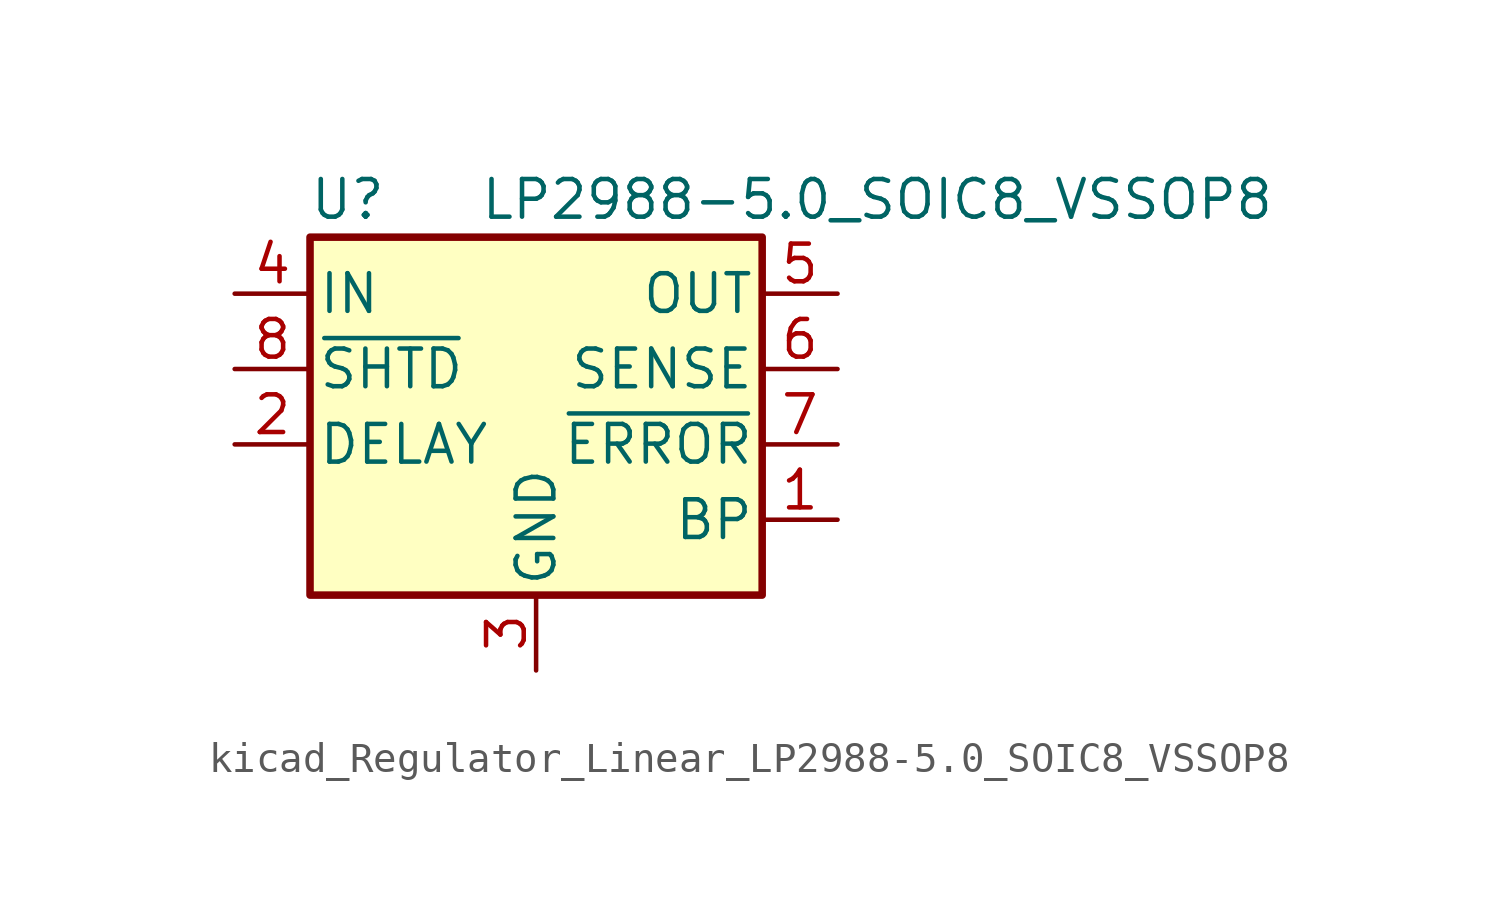
<source format=kicad_sym>
(kicad_symbol_lib
  (version 20220914)
  (generator kicad_symbol_editor)
  (symbol "kicad_Regulator_Linear_LP2988-5.0_SOIC8_VSSOP8"
    (pin_names
      (offset 0.254))
    (property "Reference" "U"
      (at -6.35 5.715 0)
      (effects (font (size 1.27 1.27))))
    (property "Value" "LP2988-5.0_SOIC8_VSSOP8"
      (at -1.905 5.715 0)
      (effects (font (size 1.27 1.27)) (justify left)))
    (symbol "kicad_Regulator_Linear_LP2988-5.0_SOIC8_VSSOP8_0_1"
      (rectangle (start -7.62 4.445) (end 7.62 -7.62) (stroke (width 0.254) (type default)) (fill (type background))))
    (symbol "kicad_Regulator_Linear_LP2988-5.0_SOIC8_VSSOP8_1_1"
      (pin passive line (at 10.16 -5.08 180) (length 2.54) (name "BP" (effects (font (size 1.27 1.27)))) (number "1" (effects (font (size 1.27 1.27)))))
      (pin passive line (at -10.16 -2.54 0) (length 2.54) (name "DELAY" (effects (font (size 1.27 1.27)))) (number "2" (effects (font (size 1.27 1.27)))))
      (pin power_in line (at 0 -10.16 90) (length 2.54) (name "GND" (effects (font (size 1.27 1.27)))) (number "3" (effects (font (size 1.27 1.27)))))
      (pin power_in line (at -10.16 2.54 0) (length 2.54) (name "IN" (effects (font (size 1.27 1.27)))) (number "4" (effects (font (size 1.27 1.27)))))
      (pin power_out line (at 10.16 2.54 180) (length 2.54) (name "OUT" (effects (font (size 1.27 1.27)))) (number "5" (effects (font (size 1.27 1.27)))))
      (pin input line (at 10.16 0 180) (length 2.54) (name "SENSE" (effects (font (size 1.27 1.27)))) (number "6" (effects (font (size 1.27 1.27)))))
      (pin output line (at 10.16 -2.54 180) (length 2.54) (name "~{ERROR}" (effects (font (size 1.27 1.27)))) (number "7" (effects (font (size 1.27 1.27)))))
      (pin input line (at -10.16 0 0) (length 2.54) (name "~{SHTD}" (effects (font (size 1.27 1.27)))) (number "8" (effects (font (size 1.27 1.27))))))))
</source>
